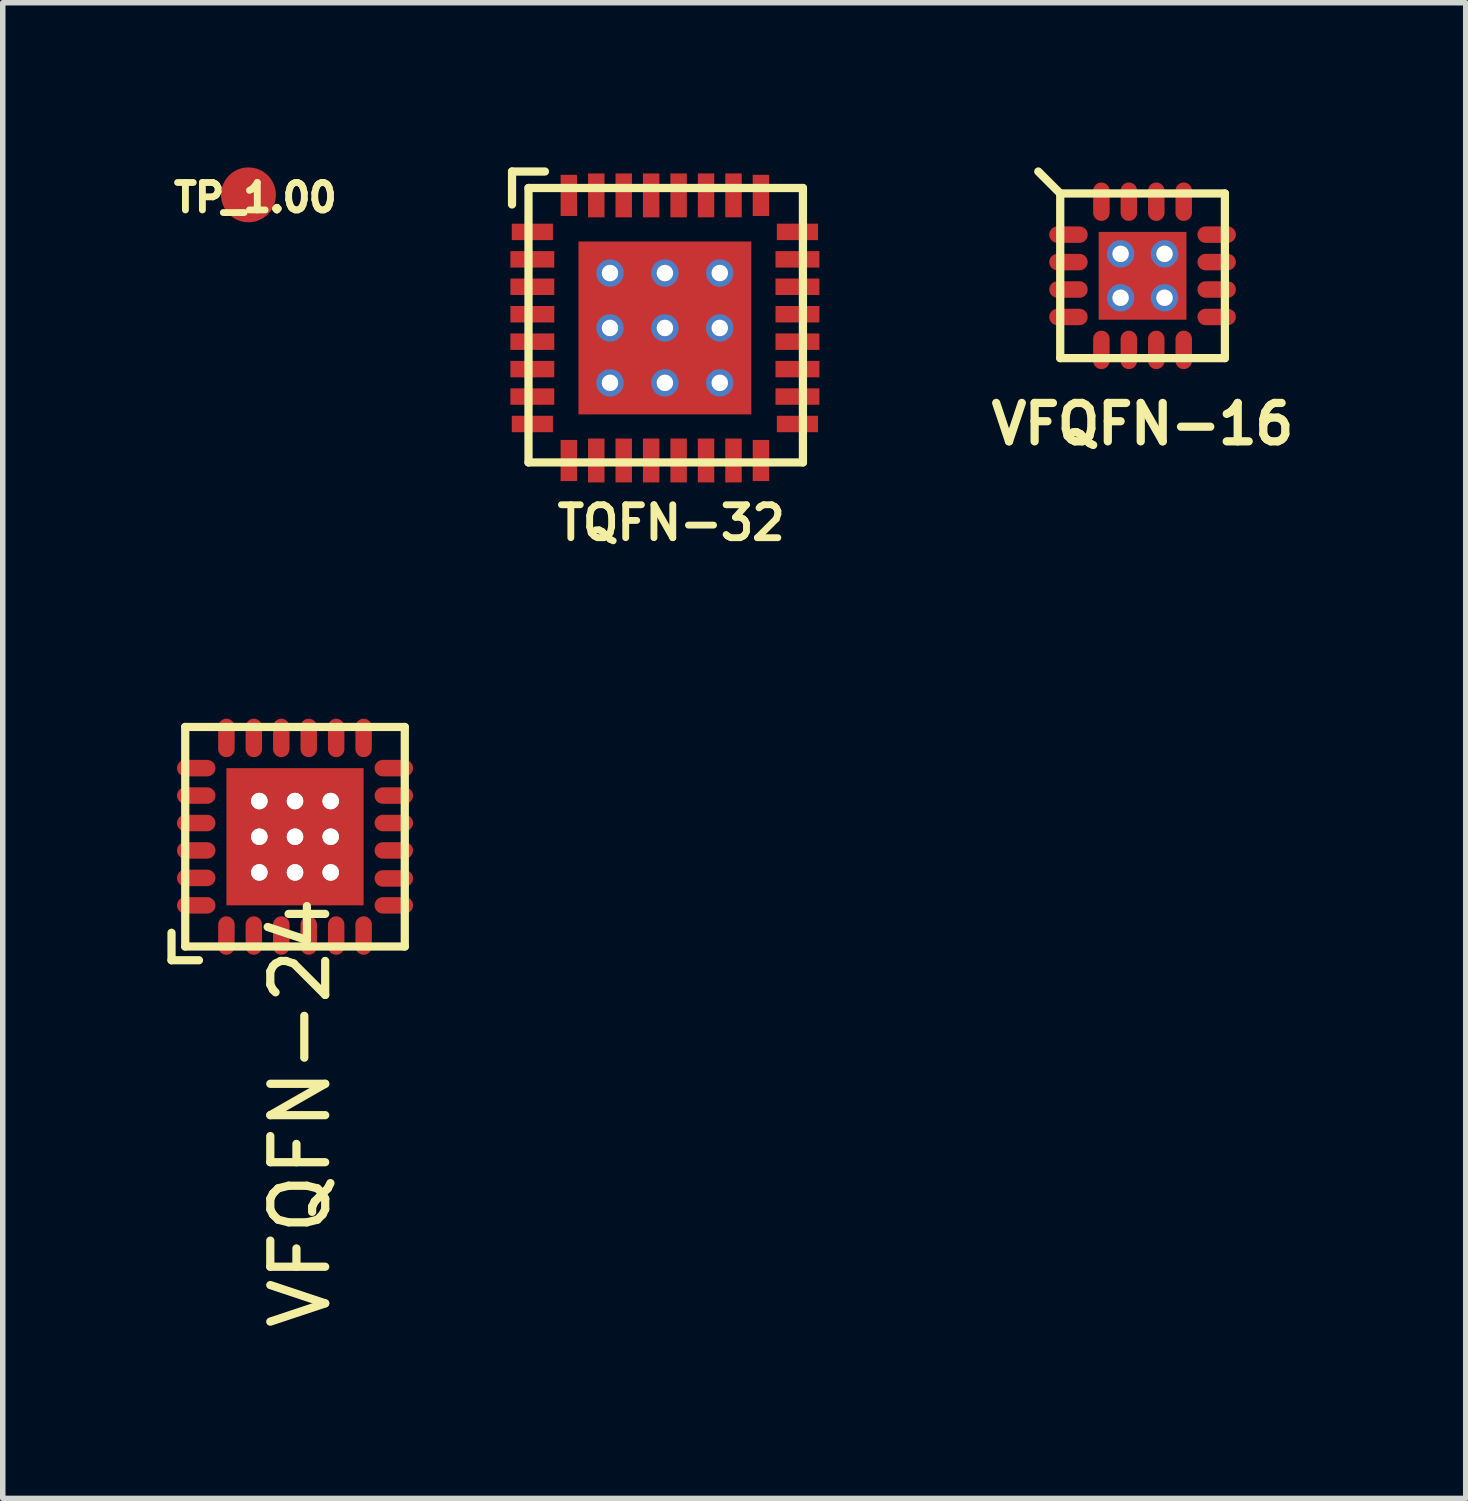
<source format=kicad_pcb>
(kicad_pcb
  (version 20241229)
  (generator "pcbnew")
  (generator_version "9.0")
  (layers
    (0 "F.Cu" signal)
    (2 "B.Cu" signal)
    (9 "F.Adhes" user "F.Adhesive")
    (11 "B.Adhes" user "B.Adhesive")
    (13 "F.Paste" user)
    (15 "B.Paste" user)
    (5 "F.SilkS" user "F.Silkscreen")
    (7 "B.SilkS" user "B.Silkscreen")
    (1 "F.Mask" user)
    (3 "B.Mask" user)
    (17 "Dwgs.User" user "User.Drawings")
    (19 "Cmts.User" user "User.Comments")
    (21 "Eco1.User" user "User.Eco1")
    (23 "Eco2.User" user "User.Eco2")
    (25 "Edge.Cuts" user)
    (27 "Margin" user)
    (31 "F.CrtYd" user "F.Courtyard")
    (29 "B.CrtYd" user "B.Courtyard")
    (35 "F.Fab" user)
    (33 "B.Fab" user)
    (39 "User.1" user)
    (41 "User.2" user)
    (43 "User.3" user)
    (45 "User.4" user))
  (footprint "VFQFN-24"
    (layer "F.Cu")
    (at 2.325 12.195)
    (property "Reference" "VFQFN-24" (at 0.095 5.025 90) (layer "F.SilkS") (effects (font (size 1 1) (thickness 0.15))))
    (attr through_hole)
    (fp_line (start -2.25 1.75) (end -2.25 2.25) (stroke (width 0.15) (type solid)) (layer "F.SilkS"))
    (fp_line (start -2.25 2.25) (end -1.75 2.25) (stroke (width 0.15) (type solid)) (layer "F.SilkS"))
    (fp_line (start -2 -2) (end 2 -2) (stroke (width 0.15) (type solid)) (layer "F.SilkS"))
    (fp_line (start -2 2) (end -2 -2) (stroke (width 0.15) (type solid)) (layer "F.SilkS"))
    (fp_line (start 2 -2) (end 2 2) (stroke (width 0.15) (type solid)) (layer "F.SilkS"))
    (fp_line (start 2 2) (end -2 2) (stroke (width 0.15) (type solid)) (layer "F.SilkS"))
    (pad "1" smd oval (at -1.25 1.8) (size 0.3 0.7) (layers "F.Cu" "F.Mask" "F.Paste"))
    (pad "2" smd oval (at -0.75 1.8) (size 0.3 0.7) (layers "F.Cu" "F.Mask" "F.Paste"))
    (pad "3" smd oval (at -0.25 1.8) (size 0.3 0.7) (layers "F.Cu" "F.Mask" "F.Paste"))
    (pad "4" smd oval (at 0.25 1.8) (size 0.3 0.7) (layers "F.Cu" "F.Mask" "F.Paste"))
    (pad "5" smd oval (at 0.75 1.8) (size 0.3 0.7) (layers "F.Cu" "F.Mask" "F.Paste"))
    (pad "6" smd oval (at 1.25 1.8) (size 0.3 0.7) (layers "F.Cu" "F.Mask" "F.Paste"))
    (pad "7" smd oval (at 1.8 1.25 90) (size 0.3 0.7) (layers "F.Cu" "F.Mask" "F.Paste"))
    (pad "8" smd oval (at 1.8 0.76 90) (size 0.3 0.7) (layers "F.Cu" "F.Mask" "F.Paste"))
    (pad "9" smd oval (at 1.8 0.25 90) (size 0.3 0.7) (layers "F.Cu" "F.Mask" "F.Paste"))
    (pad "10" smd oval (at 1.8 -0.25 90) (size 0.3 0.7) (layers "F.Cu" "F.Mask" "F.Paste"))
    (pad "11" smd oval (at 1.8 -0.75 90) (size 0.3 0.7) (layers "F.Cu" "F.Mask" "F.Paste"))
    (pad "12" smd oval (at 1.8 -1.25 90) (size 0.3 0.7) (layers "F.Cu" "F.Mask" "F.Paste"))
    (pad "13" smd oval (at 1.25 -1.8) (size 0.3 0.7) (layers "F.Cu" "F.Mask" "F.Paste"))
    (pad "14" smd oval (at 0.75 -1.8) (size 0.3 0.7) (layers "F.Cu" "F.Mask" "F.Paste"))
    (pad "15" smd oval (at 0.25 -1.8) (size 0.3 0.7) (layers "F.Cu" "F.Mask" "F.Paste"))
    (pad "16" smd oval (at -0.25 -1.8) (size 0.3 0.7) (layers "F.Cu" "F.Mask" "F.Paste"))
    (pad "17" smd oval (at -0.75 -1.8) (size 0.3 0.7) (layers "F.Cu" "F.Mask" "F.Paste"))
    (pad "18" smd oval (at -1.25 -1.8) (size 0.3 0.7) (layers "F.Cu" "F.Mask" "F.Paste"))
    (pad "19" smd oval (at -1.8 -1.25 90) (size 0.3 0.7) (layers "F.Cu" "F.Mask" "F.Paste"))
    (pad "20" smd oval (at -1.8 -0.75 90) (size 0.3 0.7) (layers "F.Cu" "F.Mask" "F.Paste"))
    (pad "21" smd oval (at -1.8 -0.25 90) (size 0.3 0.7) (layers "F.Cu" "F.Mask" "F.Paste"))
    (pad "22" smd oval (at -1.8 0.25 90) (size 0.3 0.7) (layers "F.Cu" "F.Mask" "F.Paste"))
    (pad "23" smd oval (at -1.8 0.75 90) (size 0.3 0.7) (layers "F.Cu" "F.Mask" "F.Paste"))
    (pad "24" smd oval (at -1.8 1.25 90) (size 0.3 0.7) (layers "F.Cu" "F.Mask" "F.Paste"))
    (pad "PAD" thru_hole circle (at -0.65 -0.65) (size 0.3 0.3) (drill 0.3) (layers "*.Cu" "F.Mask" "F.SilkS"))
    (pad "PAD" thru_hole circle (at -0.65 0) (size 0.3 0.3) (drill 0.3) (layers "*.Cu" "F.Mask" "F.SilkS"))
    (pad "PAD" thru_hole circle (at -0.65 0.65) (size 0.3 0.3) (drill 0.3) (layers "*.Cu" "F.Mask" "F.SilkS"))
    (pad "PAD" thru_hole circle (at 0 -0.65) (size 0.3 0.3) (drill 0.3) (layers "*.Cu" "F.Mask" "F.SilkS"))
    (pad "PAD" thru_hole circle (at 0 0) (size 0.3 0.3) (drill 0.3) (layers "*.Cu" "F.Mask" "F.SilkS"))
    (pad "PAD" smd rect (at 0 0) (size 2.5 2.5) (layers "F.Cu" "F.Mask" "F.Paste"))
    (pad "PAD" thru_hole circle (at 0 0.65) (size 0.3 0.3) (drill 0.3) (layers "*.Cu" "F.Mask" "F.SilkS"))
    (pad "PAD" thru_hole circle (at 0.65 -0.65) (size 0.3 0.3) (drill 0.3) (layers "*.Cu" "F.Mask" "F.SilkS"))
    (pad "PAD" thru_hole circle (at 0.65 0) (size 0.3 0.3) (drill 0.3) (layers "*.Cu" "F.Mask" "F.SilkS"))
    (pad "PAD" thru_hole circle (at 0.65 0.65) (size 0.3 0.3) (drill 0.3) (layers "*.Cu" "F.Mask" "F.SilkS")))
  (footprint "VFQFN-16"
    (layer "F.Cu")
    (at 17.767 1.975)
    (property "Reference" "VFQFN-16" (at 0 2.7 0) (layer "F.SilkS") (effects (font (size 0.7 0.7) (thickness 0.15))))
    (attr through_hole)
    (fp_line (start -1.5 -1.5) (end -1.9 -1.9) (stroke (width 0.15) (type solid)) (layer "F.SilkS"))
    (fp_line (start -1.5 -1.5) (end 1.5 -1.5) (stroke (width 0.15) (type solid)) (layer "F.SilkS"))
    (fp_line (start -1.5 1.5) (end -1.5 -1.5) (stroke (width 0.15) (type solid)) (layer "F.SilkS"))
    (fp_line (start 1.5 -1.5) (end 1.5 1.5) (stroke (width 0.15) (type solid)) (layer "F.SilkS"))
    (fp_line (start 1.5 1.5) (end -1.5 1.5) (stroke (width 0.15) (type solid)) (layer "F.SilkS"))
    (pad "1" smd oval (at -1.35 -0.75 90) (size 0.3 0.7) (layers "F.Cu" "F.Mask" "F.Paste"))
    (pad "2" smd oval (at -1.35 -0.25 90) (size 0.3 0.7) (layers "F.Cu" "F.Mask" "F.Paste"))
    (pad "3" smd oval (at -1.35 0.25 90) (size 0.3 0.7) (layers "F.Cu" "F.Mask" "F.Paste"))
    (pad "4" smd oval (at -1.35 0.75 90) (size 0.3 0.7) (layers "F.Cu" "F.Mask" "F.Paste"))
    (pad "5" smd oval (at -0.75 1.35) (size 0.3 0.7) (layers "F.Cu" "F.Mask" "F.Paste"))
    (pad "6" smd oval (at -0.25 1.35) (size 0.3 0.7) (layers "F.Cu" "F.Mask" "F.Paste"))
    (pad "7" smd oval (at 0.25 1.35) (size 0.3 0.7) (layers "F.Cu" "F.Mask" "F.Paste"))
    (pad "8" smd oval (at 0.75 1.35) (size 0.3 0.7) (layers "F.Cu" "F.Mask" "F.Paste"))
    (pad "9" smd oval (at 1.35 0.75 90) (size 0.3 0.7) (layers "F.Cu" "F.Mask" "F.Paste"))
    (pad "10" smd oval (at 1.35 0.25 90) (size 0.3 0.7) (layers "F.Cu" "F.Mask" "F.Paste"))
    (pad "11" smd oval (at 1.35 -0.25 90) (size 0.3 0.7) (layers "F.Cu" "F.Mask" "F.Paste"))
    (pad "12" smd oval (at 1.35 -0.75 90) (size 0.3 0.7) (layers "F.Cu" "F.Mask" "F.Paste"))
    (pad "13" smd oval (at 0.75 -1.35) (size 0.3 0.7) (layers "F.Cu" "F.Mask" "F.Paste"))
    (pad "14" smd oval (at 0.25 -1.35) (size 0.3 0.7) (layers "F.Cu" "F.Mask" "F.Paste"))
    (pad "15" smd oval (at -0.25 -1.35) (size 0.3 0.7) (layers "F.Cu" "F.Mask" "F.Paste"))
    (pad "16" smd oval (at -0.75 -1.35) (size 0.3 0.7) (layers "F.Cu" "F.Mask" "F.Paste"))
    (pad "EP" thru_hole circle (at -0.4 -0.4) (size 0.5 0.5) (drill 0.3) (layers "*.Cu" "*.Mask"))
    (pad "EP" thru_hole circle (at -0.4 0.4) (size 0.5 0.5) (drill 0.3) (layers "*.Cu" "*.Mask"))
    (pad "EP" smd rect (at 0 0 90) (size 1.3 0.5) (layers "F.Cu" "F.Mask" "F.Paste"))
    (pad "EP" smd rect (at 0 0) (size 1.3 0.5) (layers "F.Cu" "F.Mask" "F.Paste"))
    (pad "EP" smd rect (at 0 0) (size 1.6 1.6) (layers "F.Cu" "F.Mask"))
    (pad "EP" thru_hole circle (at 0.4 -0.4) (size 0.5 0.5) (drill 0.3) (layers "*.Cu" "*.Mask"))
    (pad "EP" thru_hole circle (at 0.4 0.4) (size 0.5 0.5) (drill 0.3) (layers "*.Cu" "*.Mask")))
  (footprint "TP_1.00"
    (layer "F.Cu")
    (at 1.477 0.5)
    (property "Reference" "TP_1.00" (at 0.125 0.05 0) (layer "F.SilkS") (effects (font (size 0.5 0.5) (thickness 0.125))))
    (attr through_hole)
    (pad "1" smd circle (at 0 0) (size 1 1) (layers "F.Cu" "F.Mask" "F.Paste")))
  (footprint "TQFN-32"
    (layer "F.Cu")
    (at 9.064 2.925)
    (property "Reference" "TQFN-32" (at 0.115 3.55 0) (layer "F.SilkS") (effects (font (size 0.6 0.6) (thickness 0.125))))
    (attr through_hole)
    (fp_line (start -2.785 -2.85) (end -2.785 -2.25) (stroke (width 0.15) (type solid)) (layer "F.SilkS"))
    (fp_line (start -2.485 -2.55) (end 2.515 -2.55) (stroke (width 0.15) (type solid)) (layer "F.SilkS"))
    (fp_line (start -2.485 2.45) (end -2.485 -2.55) (stroke (width 0.15) (type solid)) (layer "F.SilkS"))
    (fp_line (start -2.185 -2.85) (end -2.785 -2.85) (stroke (width 0.15) (type solid)) (layer "F.SilkS"))
    (fp_line (start 2.515 -2.55) (end 2.515 2.45) (stroke (width 0.15) (type solid)) (layer "F.SilkS"))
    (fp_line (start 2.515 2.45) (end -2.485 2.45) (stroke (width 0.15) (type solid)) (layer "F.SilkS"))
    (pad "1" smd rect (at -2.415 -1.75) (size 0.75 0.3) (layers "F.Cu" "F.Mask" "F.Paste"))
    (pad "2" smd rect (at -2.415 -1.25) (size 0.8 0.3) (layers "F.Cu" "F.Mask" "F.Paste"))
    (pad "3" smd rect (at -2.415 -0.75) (size 0.8 0.3) (layers "F.Cu" "F.Mask" "F.Paste"))
    (pad "4" smd rect (at -2.415 -0.25) (size 0.8 0.3) (layers "F.Cu" "F.Mask" "F.Paste"))
    (pad "5" smd rect (at -2.415 0.25) (size 0.8 0.3) (layers "F.Cu" "F.Mask" "F.Paste"))
    (pad "6" smd rect (at -2.415 0.75) (size 0.8 0.3) (layers "F.Cu" "F.Mask" "F.Paste"))
    (pad "7" smd rect (at -2.415 1.25) (size 0.8 0.3) (layers "F.Cu" "F.Mask" "F.Paste"))
    (pad "8" smd rect (at -2.415 1.75) (size 0.75 0.3) (layers "F.Cu" "F.Mask" "F.Paste"))
    (pad "9" smd rect (at -1.75 2.415 90) (size 0.75 0.3) (layers "F.Cu" "F.Mask" "F.Paste"))
    (pad "10" smd rect (at -1.25 2.415 90) (size 0.8 0.3) (layers "F.Cu" "F.Mask" "F.Paste"))
    (pad "11" smd rect (at -0.75 2.415 90) (size 0.8 0.3) (layers "F.Cu" "F.Mask" "F.Paste"))
    (pad "12" smd rect (at -0.25 2.415 90) (size 0.8 0.3) (layers "F.Cu" "F.Mask" "F.Paste"))
    (pad "13" smd rect (at 0.25 2.415 90) (size 0.8 0.3) (layers "F.Cu" "F.Mask" "F.Paste"))
    (pad "14" smd rect (at 0.75 2.415 90) (size 0.8 0.3) (layers "F.Cu" "F.Mask" "F.Paste"))
    (pad "15" smd rect (at 1.25 2.415 90) (size 0.8 0.3) (layers "F.Cu" "F.Mask" "F.Paste"))
    (pad "16" smd rect (at 1.75 2.415 90) (size 0.75 0.3) (layers "F.Cu" "F.Mask" "F.Paste"))
    (pad "17" smd rect (at 2.415 1.75) (size 0.75 0.3) (layers "F.Cu" "F.Mask" "F.Paste"))
    (pad "18" smd rect (at 2.415 1.25) (size 0.8 0.3) (layers "F.Cu" "F.Mask" "F.Paste"))
    (pad "19" smd rect (at 2.415 0.75) (size 0.8 0.3) (layers "F.Cu" "F.Mask" "F.Paste"))
    (pad "20" smd rect (at 2.415 0.25) (size 0.8 0.3) (layers "F.Cu" "F.Mask" "F.Paste"))
    (pad "21" smd rect (at 2.415 -0.25) (size 0.8 0.3) (layers "F.Cu" "F.Mask" "F.Paste"))
    (pad "22" smd rect (at 2.415 -0.75) (size 0.8 0.3) (layers "F.Cu" "F.Mask" "F.Paste"))
    (pad "23" smd rect (at 2.415 -1.25) (size 0.8 0.3) (layers "F.Cu" "F.Mask" "F.Paste"))
    (pad "24" smd rect (at 2.415 -1.75) (size 0.75 0.3) (layers "F.Cu" "F.Mask" "F.Paste"))
    (pad "25" smd rect (at 1.75 -2.415 90) (size 0.75 0.3) (layers "F.Cu" "F.Mask" "F.Paste"))
    (pad "26" smd rect (at 1.25 -2.415 90) (size 0.8 0.3) (layers "F.Cu" "F.Mask" "F.Paste"))
    (pad "27" smd rect (at 0.75 -2.415 90) (size 0.8 0.3) (layers "F.Cu" "F.Mask" "F.Paste"))
    (pad "28" smd rect (at 0.25 -2.415 90) (size 0.8 0.3) (layers "F.Cu" "F.Mask" "F.Paste"))
    (pad "29" smd rect (at -0.25 -2.415 90) (size 0.8 0.3) (layers "F.Cu" "F.Mask" "F.Paste"))
    (pad "30" smd rect (at -0.75 -2.415 90) (size 0.8 0.3) (layers "F.Cu" "F.Mask" "F.Paste"))
    (pad "31" smd rect (at -1.25 -2.415 90) (size 0.8 0.3) (layers "F.Cu" "F.Mask" "F.Paste"))
    (pad "32" smd rect (at -1.75 -2.415 90) (size 0.75 0.3) (layers "F.Cu" "F.Mask" "F.Paste"))
    (pad "EP" thru_hole circle (at -1 -1) (size 0.5 0.5) (drill 0.3) (layers "*.Cu"))
    (pad "EP" thru_hole circle (at -1 0) (size 0.5 0.5) (drill 0.3) (layers "*.Cu"))
    (pad "EP" thru_hole circle (at -1 1) (size 0.5 0.5) (drill 0.3) (layers "*.Cu"))
    (pad "EP" thru_hole circle (at 0 -1) (size 0.5 0.5) (drill 0.3) (layers "*.Cu"))
    (pad "EP" thru_hole circle (at 0 0) (size 0.5 0.5) (drill 0.3) (layers "*.Cu"))
    (pad "EP" smd rect (at 0 0) (size 3.15 3.15) (layers "F.Cu" "F.Mask" "F.Paste"))
    (pad "EP" thru_hole circle (at 0 1) (size 0.5 0.5) (drill 0.3) (layers "*.Cu"))
    (pad "EP" thru_hole circle (at 1 -1) (size 0.5 0.5) (drill 0.3) (layers "*.Cu"))
    (pad "EP" thru_hole circle (at 1 0) (size 0.5 0.5) (drill 0.3) (layers "*.Cu"))
    (pad "EP" thru_hole circle (at 1 1) (size 0.5 0.5) (drill 0.3) (layers "*.Cu")))
  (gr_rect
    (start -3 -3)
    (end 23.655 24.25)
    (stroke (width 0.1) (type default))
    (fill no)
    (layer "Edge.Cuts")))
</source>
